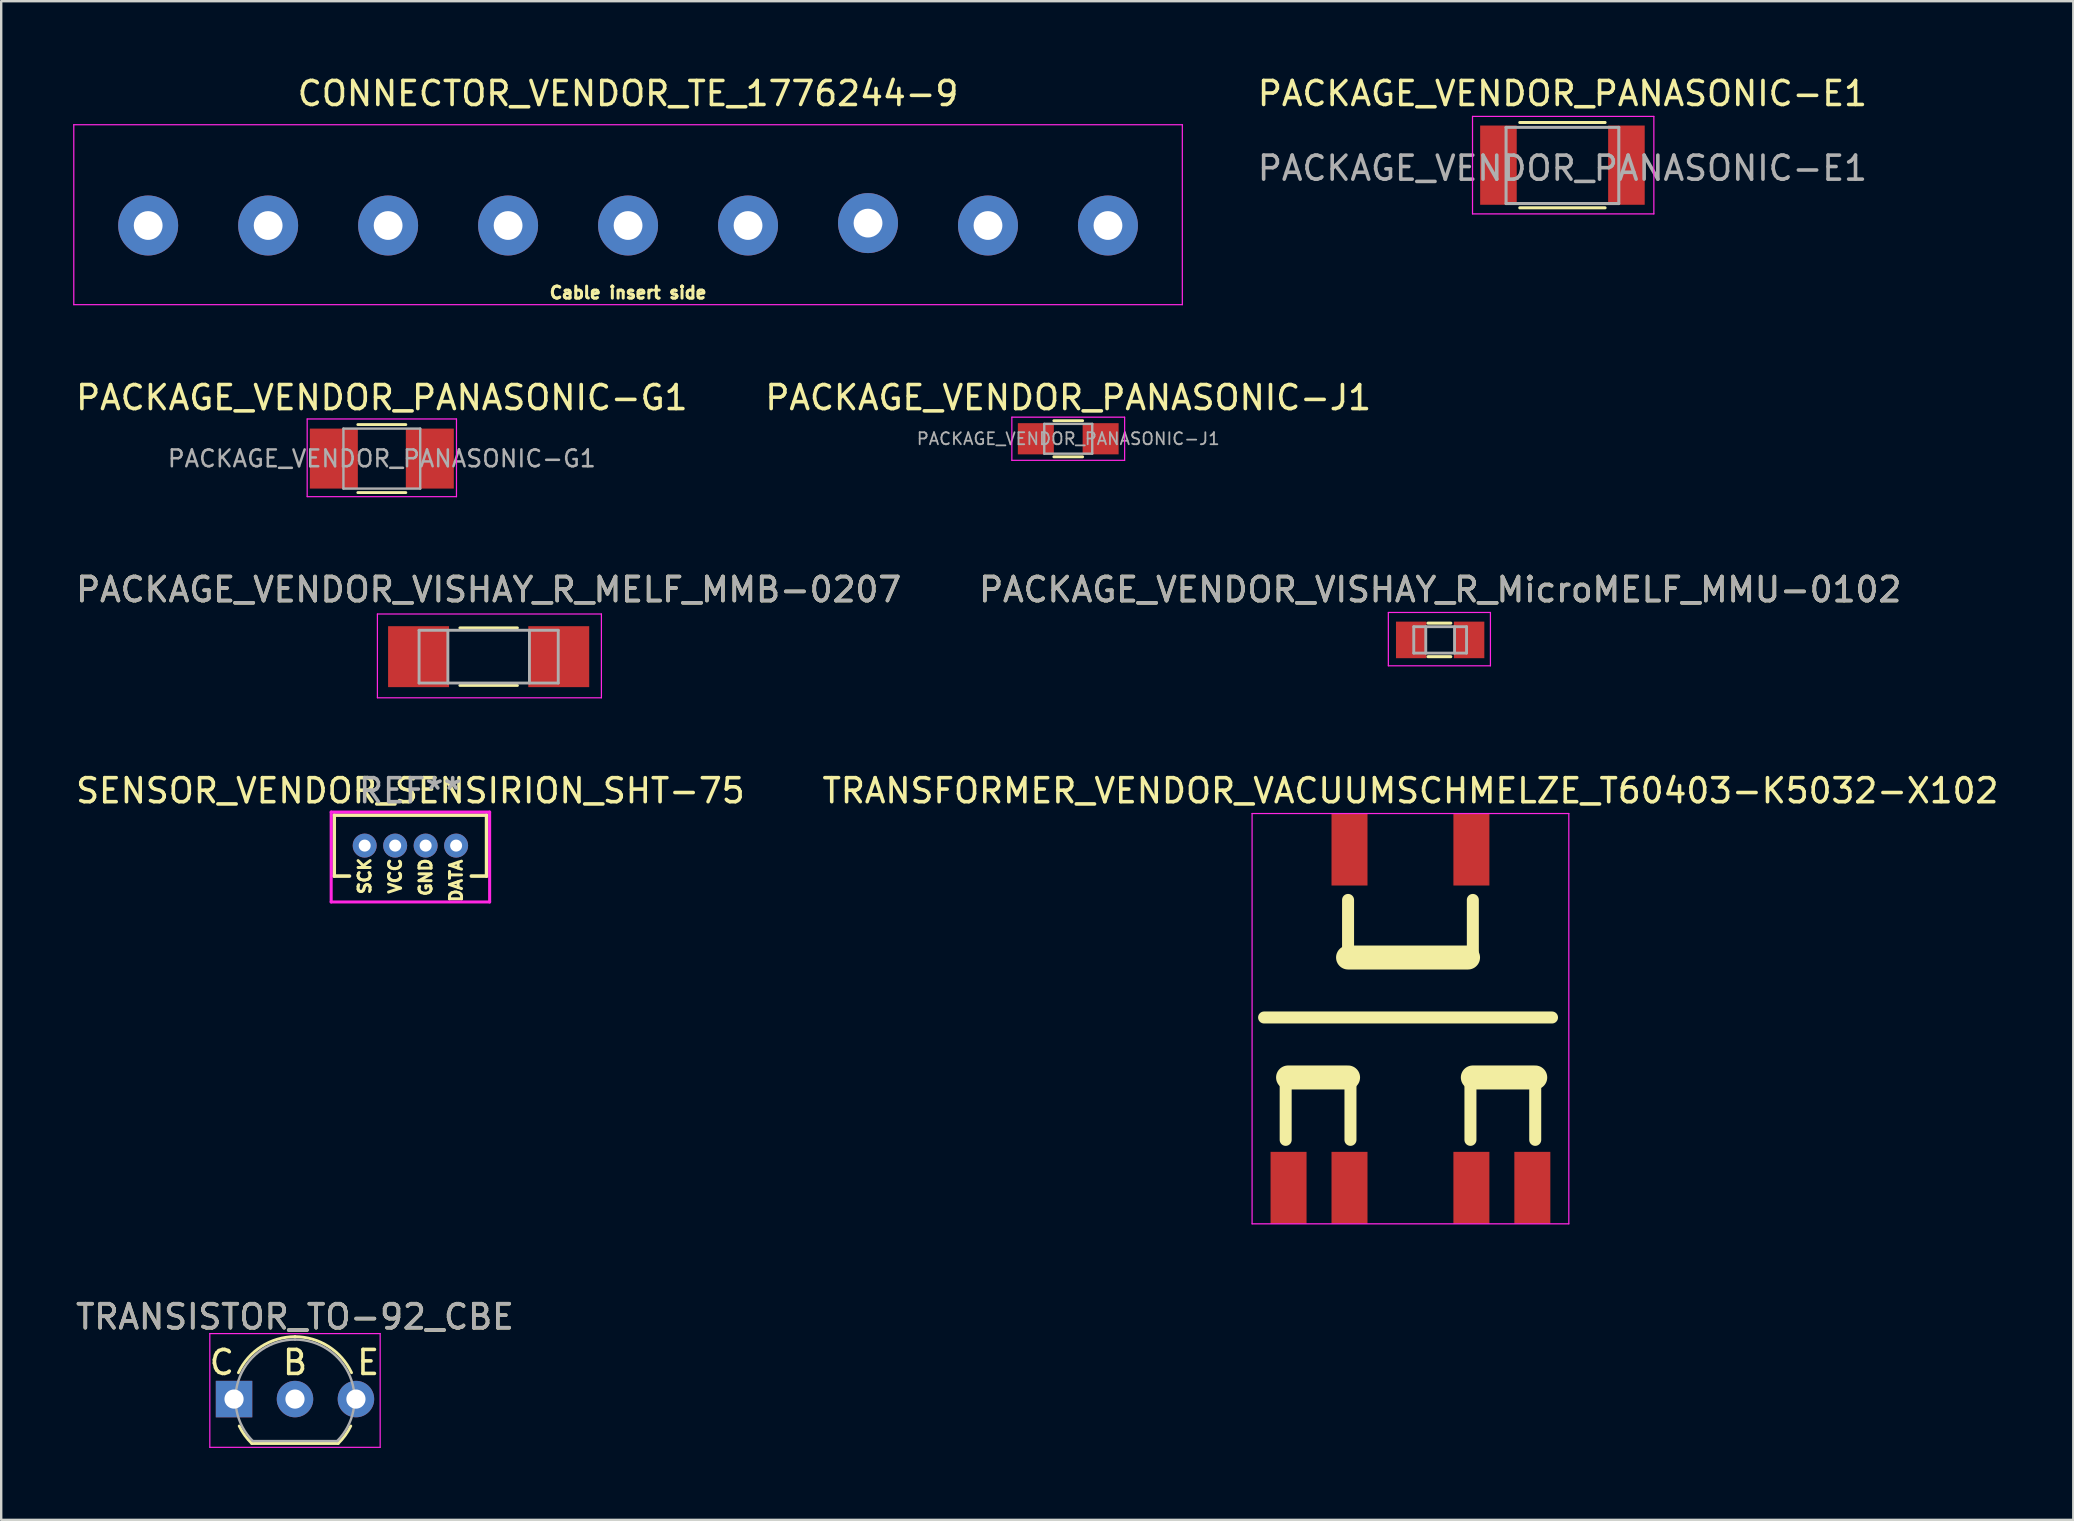
<source format=kicad_pcb>
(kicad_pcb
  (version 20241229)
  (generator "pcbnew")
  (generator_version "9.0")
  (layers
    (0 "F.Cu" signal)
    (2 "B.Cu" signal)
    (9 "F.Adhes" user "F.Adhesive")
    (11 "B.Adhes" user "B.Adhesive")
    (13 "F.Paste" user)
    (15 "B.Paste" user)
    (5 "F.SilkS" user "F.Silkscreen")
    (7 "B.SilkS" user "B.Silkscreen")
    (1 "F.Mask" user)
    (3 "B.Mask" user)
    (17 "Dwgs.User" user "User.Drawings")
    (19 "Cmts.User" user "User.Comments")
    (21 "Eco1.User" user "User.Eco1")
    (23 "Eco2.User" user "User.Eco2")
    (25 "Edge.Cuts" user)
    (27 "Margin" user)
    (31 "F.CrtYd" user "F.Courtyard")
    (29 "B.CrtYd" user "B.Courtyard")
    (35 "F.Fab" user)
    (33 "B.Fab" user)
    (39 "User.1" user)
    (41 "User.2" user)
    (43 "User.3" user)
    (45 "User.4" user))
  (footprint "SENSOR_VENDOR_SENSIRION_SHT-75"
    (layer "F.Cu")
    (at 14.054 32.191)
    (property "Reference" "SENSOR_VENDOR_SENSIRION_SHT-75" (at 0 -2.286 0) (layer "F.SilkS") (effects (font (size 1 1) (thickness 0.15))))
    (attr through_hole)
    (fp_line (start -3.175 -1.27) (end 3.175 -1.27) (stroke (width 0.15) (type solid)) (layer "F.SilkS"))
    (fp_line (start -3.175 1.27) (end -3.175 -1.27) (stroke (width 0.15) (type solid)) (layer "F.SilkS"))
    (fp_line (start -2.54 1.27) (end -3.175 1.27) (stroke (width 0.15) (type solid)) (layer "F.SilkS"))
    (fp_line (start 3.175 -1.27) (end 3.175 1.27) (stroke (width 0.15) (type solid)) (layer "F.SilkS"))
    (fp_line (start 3.175 1.27) (end 2.54 1.27) (stroke (width 0.15) (type solid)) (layer "F.SilkS"))
    (fp_line (start -3.302 -1.397) (end 3.302 -1.397) (stroke (width 0.127) (type solid)) (layer "F.CrtYd"))
    (fp_line (start -3.302 2.349) (end -3.302 -1.397) (stroke (width 0.127) (type solid)) (layer "F.CrtYd"))
    (fp_line (start 3.302 -1.397) (end 3.302 2.349) (stroke (width 0.127) (type solid)) (layer "F.CrtYd"))
    (fp_line (start 3.302 2.349) (end -3.302 2.349) (stroke (width 0.127) (type solid)) (layer "F.CrtYd"))
    (fp_text user "SCK" (at -1.905 1.27 90) (layer "F.SilkS") (effects (font (size 0.5 0.5) (thickness 0.125))))
    (fp_text user "GND" (at 0.635 1.32 90) (layer "F.SilkS") (effects (font (size 0.5 0.5) (thickness 0.125))))
    (fp_text user "DATA" (at 1.905 1.47 90) (layer "F.SilkS") (effects (font (size 0.5 0.5) (thickness 0.125))))
    (fp_text user "VCC" (at -0.635 1.27 90) (layer "F.SilkS") (effects (font (size 0.5 0.5) (thickness 0.125))))
    (fp_text user "REF**" (at 0 -2.286 0) (layer "F.Fab") (effects (font (size 1 1) (thickness 0.15))))
    (pad "1" thru_hole circle (at -1.905 0) (size 1 1) (drill 0.5) (layers "*.Cu" "*.Mask"))
    (pad "2" thru_hole circle (at -0.635 0) (size 1 1) (drill 0.5) (layers "*.Cu" "*.Mask"))
    (pad "3" thru_hole circle (at 0.635 0) (size 1 1) (drill 0.5) (layers "*.Cu" "*.Mask"))
    (pad "4" thru_hole circle (at 1.905 0) (size 1 1) (drill 0.5) (layers "*.Cu" "*.Mask")))
  (footprint "PACKAGE_VENDOR_VISHAY_R_MELF_MMB-0207"
    (layer "F.Cu")
    (at 17.315 24.317)
    (property "Reference" "PACKAGE_VENDOR_VISHAY_R_MELF_MMB-0207" (at 0 -2.794 0) (layer "F.SilkS") (effects (font (size 1 1) (thickness 0.15))))
    (attr smd)
    (fp_line (start 1.2 -1.2) (end -1.2 -1.2) (stroke (width 0.12) (type solid)) (layer "F.SilkS"))
    (fp_line (start 1.2 1.2) (end -1.2 1.2) (stroke (width 0.12) (type solid)) (layer "F.SilkS"))
    (fp_line (start -4.636 -1.778) (end 4.699 -1.778) (stroke (width 0.051) (type solid)) (layer "F.CrtYd"))
    (fp_line (start -4.636 1.714) (end -4.636 -1.778) (stroke (width 0.051) (type solid)) (layer "F.CrtYd"))
    (fp_line (start 4.699 -1.778) (end 4.699 1.714) (stroke (width 0.051) (type solid)) (layer "F.CrtYd"))
    (fp_line (start 4.699 1.714) (end -4.636 1.714) (stroke (width 0.051) (type solid)) (layer "F.CrtYd"))
    (fp_line (start -2.9 -1.1) (end -2.9 1.1) (stroke (width 0.12) (type solid)) (layer "F.Fab"))
    (fp_line (start -2.9 1.1) (end 2.9 1.1) (stroke (width 0.12) (type solid)) (layer "F.Fab"))
    (fp_line (start -1.7 -1.1) (end -1.7 1.1) (stroke (width 0.12) (type solid)) (layer "F.Fab"))
    (fp_line (start 1.7 -1.1) (end 1.7 1.1) (stroke (width 0.12) (type solid)) (layer "F.Fab"))
    (fp_line (start 2.9 -1.1) (end -2.9 -1.1) (stroke (width 0.12) (type solid)) (layer "F.Fab"))
    (fp_line (start 2.9 1.1) (end 2.9 -1.1) (stroke (width 0.12) (type solid)) (layer "F.Fab"))
    (fp_text user "${REFERENCE}" (at 0 -2.794 0) (layer "F.Fab") (effects (font (size 1 1) (thickness 0.15))))
    (pad "1" smd rect (at -2.921 0) (size 2.54 2.54) (layers "F.Cu" "F.Mask" "F.Paste"))
    (pad "2" smd rect (at 2.921 0) (size 2.54 2.54) (layers "F.Cu" "F.Mask" "F.Paste")))
  (footprint "CONNECTOR_VENDOR_TE_1776244-9"
    (layer "F.Cu")
    (at 23.125 6.348)
    (property "Reference" "CONNECTOR_VENDOR_TE_1776244-9" (at 0 -5.5 0) (layer "F.SilkS") (effects (font (size 1 1) (thickness 0.15))))
    (attr through_hole)
    (fp_line (start -23.1 -4.2) (end 23.1 -4.2) (stroke (width 0.051) (type solid)) (layer "F.CrtYd"))
    (fp_line (start -23.1 3.3) (end -23.1 -4.2) (stroke (width 0.051) (type solid)) (layer "F.CrtYd"))
    (fp_line (start -23.1 3.3) (end 23.1 3.3) (stroke (width 0.051) (type solid)) (layer "F.CrtYd"))
    (fp_line (start 23.1 -4.2) (end 23.1 3.3) (stroke (width 0.051) (type solid)) (layer "F.CrtYd"))
    (fp_text user "Cable insert side" (at 0 2.8 0) (layer "F.SilkS") (effects (font (size 0.5 0.5) (thickness 0.125))))
    (pad "1" thru_hole circle (at -20 0) (size 2.5 2.5) (drill 1.2) (layers "*.Cu" "*.Mask"))
    (pad "2" thru_hole circle (at -15 0) (size 2.5 2.5) (drill 1.2) (layers "*.Cu" "*.Mask"))
    (pad "3" thru_hole circle (at -10 0) (size 2.5 2.5) (drill 1.2) (layers "*.Cu" "*.Mask"))
    (pad "4" thru_hole circle (at -5 0) (size 2.5 2.5) (drill 1.2) (layers "*.Cu" "*.Mask"))
    (pad "5" thru_hole circle (at 0 0) (size 2.5 2.5) (drill 1.2) (layers "*.Cu" "*.Mask"))
    (pad "6" thru_hole circle (at 5 0) (size 2.5 2.5) (drill 1.2) (layers "*.Cu" "*.Mask"))
    (pad "7" thru_hole circle (at 10 -0.1) (size 2.5 2.5) (drill 1.2) (layers "*.Cu" "*.Mask"))
    (pad "8" thru_hole circle (at 15 0) (size 2.5 2.5) (drill 1.2) (layers "*.Cu" "*.Mask"))
    (pad "9" thru_hole circle (at 20 0) (size 2.5 2.5) (drill 1.2) (layers "*.Cu" "*.Mask")))
  (footprint "PACKAGE_VENDOR_PANASONIC-E1"
    (layer "F.Cu")
    (at 62.066 3.833)
    (property "Reference" "PACKAGE_VENDOR_PANASONIC-E1" (at 0 -2.985 0) (layer "F.SilkS") (effects (font (size 1 1) (thickness 0.15))))
    (attr smd)
    (fp_line (start -1.778 -1.778) (end 1.778 -1.778) (stroke (width 0.127) (type solid)) (layer "F.SilkS"))
    (fp_line (start -1.778 1.778) (end 1.778 1.778) (stroke (width 0.127) (type solid)) (layer "F.SilkS"))
    (fp_line (start -3.747 -2.032) (end 3.81 -2.032) (stroke (width 0.051) (type solid)) (layer "F.CrtYd"))
    (fp_line (start -3.747 2.032) (end -3.747 -2.032) (stroke (width 0.051) (type solid)) (layer "F.CrtYd"))
    (fp_line (start 3.81 -2.032) (end 3.81 2.032) (stroke (width 0.051) (type solid)) (layer "F.CrtYd"))
    (fp_line (start 3.81 2.032) (end -3.747 2.032) (stroke (width 0.051) (type solid)) (layer "F.CrtYd"))
    (fp_line (start -2.349 -1.575) (end 2.349 -1.575) (stroke (width 0.127) (type solid)) (layer "F.Fab"))
    (fp_line (start -2.349 1.6) (end -2.349 -1.575) (stroke (width 0.127) (type solid)) (layer "F.Fab"))
    (fp_line (start 2.349 -1.575) (end 2.349 1.6) (stroke (width 0.127) (type solid)) (layer "F.Fab"))
    (fp_line (start 2.349 1.6) (end -2.349 1.6) (stroke (width 0.127) (type solid)) (layer "F.Fab"))
    (fp_text user "${REFERENCE}" (at 0 0.127 0) (layer "F.Fab") (effects (font (size 1 1) (thickness 0.15))))
    (pad "1" smd rect (at -2.667 0) (size 1.524 3.302) (layers "F.Cu" "F.Mask" "F.Paste"))
    (pad "2" smd rect (at 2.667 0) (size 1.524 3.302) (layers "F.Cu" "F.Mask" "F.Paste")))
  (footprint "TRANSISTOR_TO-92_CBE"
    (layer "F.Cu")
    (at 6.704 55.258)
    (property "Reference" "TRANSISTOR_TO-92_CBE" (at 2.54 -3.429 180) (layer "F.SilkS") (effects (font (size 1 1) (thickness 0.15))))
    (attr through_hole)
    (fp_line (start 0.74 1.85) (end 4.34 1.85) (stroke (width 0.12) (type solid)) (layer "F.SilkS"))
    (fp_arc (start 0.1836 -1.098807) (mid 1.143021 -2.192817) (end 2.54 -2.6) (stroke (width 0.12) (type solid)) (layer "F.SilkS"))
    (fp_arc (start 0.74 1.85) (mid 0.446097 1.509328) (end 0.215816 1.122795) (stroke (width 0.12) (type solid)) (layer "F.SilkS"))
    (fp_arc (start 2.54 -2.6) (mid 3.936979 -2.192818) (end 4.8964 -1.098807) (stroke (width 0.12) (type solid)) (layer "F.SilkS"))
    (fp_arc (start 4.864184 1.122795) (mid 4.633903 1.509328) (end 4.34 1.85) (stroke (width 0.12) (type solid)) (layer "F.SilkS"))
    (fp_line (start -1.01 -2.73) (end -1.01 2.01) (stroke (width 0.05) (type solid)) (layer "F.CrtYd"))
    (fp_line (start -1.01 -2.73) (end 6.09 -2.73) (stroke (width 0.05) (type solid)) (layer "F.CrtYd"))
    (fp_line (start 6.09 2.01) (end -1.01 2.01) (stroke (width 0.05) (type solid)) (layer "F.CrtYd"))
    (fp_line (start 6.09 2.01) (end 6.09 -2.73) (stroke (width 0.05) (type solid)) (layer "F.CrtYd"))
    (fp_line (start 0.8 1.75) (end 4.3 1.75) (stroke (width 0.1) (type solid)) (layer "F.Fab"))
    (fp_arc (start 0.786375 1.753625) (mid 0.248779 -0.949055) (end 2.54 -2.48) (stroke (width 0.1) (type solid)) (layer "F.Fab"))
    (fp_arc (start 2.54 -2.48) (mid 4.831221 -0.949055) (end 4.293625 1.753625) (stroke (width 0.1) (type solid)) (layer "F.Fab"))
    (fp_text user "E" (at 5.588 -1.524 0) (layer "F.SilkS") (effects (font (size 1 1) (thickness 0.15))))
    (fp_text user "B" (at 2.54 -1.524 0) (layer "F.SilkS") (effects (font (size 1 1) (thickness 0.15))))
    (fp_text user "C" (at -0.508 -1.524 0) (layer "F.SilkS") (effects (font (size 1 1) (thickness 0.15))))
    (fp_text user "${REFERENCE}" (at 2.54 -3.429 180) (layer "F.Fab") (effects (font (size 1 1) (thickness 0.15))))
    (pad "1" thru_hole rect (at 0 0 90) (size 1.52 1.52) (drill 0.8) (layers "*.Cu" "*.Mask"))
    (pad "2" thru_hole circle (at 2.54 0 90) (size 1.52 1.52) (drill 0.8) (layers "*.Cu" "*.Mask"))
    (pad "3" thru_hole circle (at 5.08 0 90) (size 1.52 1.52) (drill 0.8) (layers "*.Cu" "*.Mask")))
  (footprint "PACKAGE_VENDOR_VISHAY_R_MicroMELF_MMU-0102"
    (layer "F.Cu")
    (at 56.97 23.619)
    (property "Reference" "PACKAGE_VENDOR_VISHAY_R_MicroMELF_MMU-0102" (at 0 -2.095 0) (layer "F.SilkS") (effects (font (size 1 1) (thickness 0.15))))
    (attr smd)
    (fp_line (start -0.508 -0.699) (end 0.445 -0.699) (stroke (width 0.127) (type solid)) (layer "F.SilkS"))
    (fp_line (start -0.508 0.699) (end 0.445 0.699) (stroke (width 0.127) (type solid)) (layer "F.SilkS"))
    (fp_line (start -2.159 -1.143) (end 2.095 -1.143) (stroke (width 0.051) (type solid)) (layer "F.CrtYd"))
    (fp_line (start -2.159 1.079) (end -2.159 -1.143) (stroke (width 0.051) (type solid)) (layer "F.CrtYd"))
    (fp_line (start 2.095 -1.143) (end 2.095 1.079) (stroke (width 0.051) (type solid)) (layer "F.CrtYd"))
    (fp_line (start 2.095 1.079) (end -2.159 1.079) (stroke (width 0.051) (type solid)) (layer "F.CrtYd"))
    (fp_line (start -1.1 -0.55) (end 1.1 -0.55) (stroke (width 0.12) (type solid)) (layer "F.Fab"))
    (fp_line (start -1.1 0.55) (end -1.1 -0.55) (stroke (width 0.12) (type solid)) (layer "F.Fab"))
    (fp_line (start -0.6 -0.55) (end -0.6 0.55) (stroke (width 0.12) (type solid)) (layer "F.Fab"))
    (fp_line (start 0.6 -0.55) (end 0.6 0.55) (stroke (width 0.12) (type solid)) (layer "F.Fab"))
    (fp_line (start 1.1 -0.55) (end 1.1 0.55) (stroke (width 0.12) (type solid)) (layer "F.Fab"))
    (fp_line (start 1.1 0.55) (end -1.1 0.55) (stroke (width 0.12) (type solid)) (layer "F.Fab"))
    (fp_text user "${REFERENCE}" (at 0 -2.095 0) (layer "F.Fab") (effects (font (size 1 1) (thickness 0.15))))
    (pad "2" smd rect (at -1.206 0) (size 1.27 1.524) (layers "F.Cu" "F.Mask" "F.Paste"))
    (pad "2" smd rect (at 1.206 0) (size 1.27 1.524) (layers "F.Cu" "F.Mask" "F.Paste")))
  (footprint "PACKAGE_VENDOR_PANASONIC-G1"
    (layer "F.Cu")
    (at 12.863 16.062)
    (property "Reference" "PACKAGE_VENDOR_PANASONIC-G1" (at 0 -2.54 0) (layer "F.SilkS") (effects (font (size 1 1) (thickness 0.15))))
    (attr smd)
    (fp_line (start -1 -1.417) (end 1 -1.417) (stroke (width 0.12) (type solid)) (layer "F.SilkS"))
    (fp_line (start 1 1.417) (end -1 1.417) (stroke (width 0.12) (type solid)) (layer "F.SilkS"))
    (fp_line (start -3.111 -1.651) (end 3.111 -1.651) (stroke (width 0.051) (type solid)) (layer "F.CrtYd"))
    (fp_line (start -3.111 1.587) (end -3.111 -1.651) (stroke (width 0.051) (type solid)) (layer "F.CrtYd"))
    (fp_line (start 3.111 -1.651) (end 3.111 1.587) (stroke (width 0.051) (type solid)) (layer "F.CrtYd"))
    (fp_line (start 3.111 1.587) (end -3.111 1.587) (stroke (width 0.051) (type solid)) (layer "F.CrtYd"))
    (fp_line (start -1.6 -1.25) (end 1.6 -1.25) (stroke (width 0.1) (type solid)) (layer "F.Fab"))
    (fp_line (start -1.6 1.25) (end -1.6 -1.25) (stroke (width 0.1) (type solid)) (layer "F.Fab"))
    (fp_line (start 1.6 -1.25) (end 1.6 1.25) (stroke (width 0.1) (type solid)) (layer "F.Fab"))
    (fp_line (start 1.6 1.25) (end -1.6 1.25) (stroke (width 0.1) (type solid)) (layer "F.Fab"))
    (fp_text user "${REFERENCE}" (at 0 0 0) (layer "F.Fab") (effects (font (size 0.7 0.7) (thickness 0.105))))
    (pad "1" smd rect (at -2 0) (size 2 2.5) (layers "F.Cu" "F.Mask" "F.Paste"))
    (pad "2" smd rect (at 2 0) (size 2 2.5) (layers "F.Cu" "F.Mask" "F.Paste")))
  (footprint "TRANSFORMER_VENDOR_VACUUMSCHMELZE_T60403-K5032-X102"
    (layer "F.Cu")
    (at 55.732 39.405)
    (property "Reference" "TRANSFORMER_VENDOR_VACUUMSCHMELZE_T60403-K5032-X102" (at 0 -9.5 0) (layer "F.SilkS") (effects (font (size 1 1) (thickness 0.15))))
    (attr through_hole)
    (fp_line (start -6.1 -0.05) (end 5.9 -0.05) (stroke (width 0.5) (type solid)) (layer "F.SilkS"))
    (fp_line (start -5.2 2.45) (end -5.2 5.05) (stroke (width 0.5) (type solid)) (layer "F.SilkS"))
    (fp_line (start -5.1 2.45) (end -2.6 2.45) (stroke (width 1) (type solid)) (layer "F.SilkS"))
    (fp_line (start -2.6 -2.55) (end -2.6 -4.95) (stroke (width 0.5) (type solid)) (layer "F.SilkS"))
    (fp_line (start -2.6 -2.55) (end 2.4 -2.55) (stroke (width 1) (type solid)) (layer "F.SilkS"))
    (fp_line (start -2.5 2.45) (end -2.5 5.05) (stroke (width 0.5) (type solid)) (layer "F.SilkS"))
    (fp_line (start 2.5 2.45) (end 2.5 5.05) (stroke (width 0.5) (type solid)) (layer "F.SilkS"))
    (fp_line (start 2.6 -2.55) (end 2.6 -4.95) (stroke (width 0.5) (type solid)) (layer "F.SilkS"))
    (fp_line (start 2.6 2.45) (end 5.2 2.45) (stroke (width 1) (type solid)) (layer "F.SilkS"))
    (fp_line (start 5.2 2.45) (end 5.2 5.05) (stroke (width 0.5) (type solid)) (layer "F.SilkS"))
    (fp_line (start -6.6 -8.55) (end 6.6 -8.55) (stroke (width 0.051) (type solid)) (layer "F.CrtYd"))
    (fp_line (start -6.6 8.55) (end -6.6 -8.55) (stroke (width 0.051) (type solid)) (layer "F.CrtYd"))
    (fp_line (start 6.6 -8.55) (end 6.6 8.55) (stroke (width 0.051) (type solid)) (layer "F.CrtYd"))
    (fp_line (start 6.6 8.55) (end -6.6 8.55) (stroke (width 0.051) (type solid)) (layer "F.CrtYd"))
    (pad "1" smd rect (at -5.08 7.05) (size 1.5 3) (layers "F.Cu" "F.Mask" "F.Paste"))
    (pad "2" smd rect (at -2.54 7.05) (size 1.5 3) (layers "F.Cu" "F.Mask" "F.Paste"))
    (pad "3" smd rect (at 2.54 7.05) (size 1.5 3) (layers "F.Cu" "F.Mask" "F.Paste"))
    (pad "4" smd rect (at 5.08 7.05) (size 1.5 3) (layers "F.Cu" "F.Mask" "F.Paste"))
    (pad "6" smd rect (at 2.54 -7.05) (size 1.5 3) (layers "F.Cu" "F.Mask" "F.Paste"))
    (pad "7" smd rect (at -2.54 -7.05) (size 1.5 3) (layers "F.Cu" "F.Mask" "F.Paste")))
  (footprint "PACKAGE_VENDOR_PANASONIC-J1"
    (layer "F.Cu")
    (at 41.47 15.236)
    (property "Reference" "PACKAGE_VENDOR_PANASONIC-J1" (at 0 -1.714 0) (layer "F.SilkS") (effects (font (size 1 1) (thickness 0.15))))
    (attr smd)
    (fp_line (start -0.6 -0.753) (end 0.6 -0.753) (stroke (width 0.12) (type solid)) (layer "F.SilkS"))
    (fp_line (start 0.6 0.753) (end -0.6 0.753) (stroke (width 0.12) (type solid)) (layer "F.SilkS"))
    (fp_line (start -2.35 -0.9) (end -2.35 0.9) (stroke (width 0.05) (type solid)) (layer "F.CrtYd"))
    (fp_line (start -2.35 -0.9) (end 2.35 -0.9) (stroke (width 0.05) (type solid)) (layer "F.CrtYd"))
    (fp_line (start 2.35 0.9) (end -2.35 0.9) (stroke (width 0.05) (type solid)) (layer "F.CrtYd"))
    (fp_line (start 2.35 0.9) (end 2.35 -0.9) (stroke (width 0.05) (type solid)) (layer "F.CrtYd"))
    (fp_line (start -1 -0.62) (end 1 -0.62) (stroke (width 0.1) (type solid)) (layer "F.Fab"))
    (fp_line (start -1 0.62) (end -1 -0.62) (stroke (width 0.1) (type solid)) (layer "F.Fab"))
    (fp_line (start 1 -0.62) (end 1 0.62) (stroke (width 0.1) (type solid)) (layer "F.Fab"))
    (fp_line (start 1 0.62) (end -1 0.62) (stroke (width 0.1) (type solid)) (layer "F.Fab"))
    (fp_text user "${REFERENCE}" (at 0 0 0) (layer "F.Fab") (effects (font (size 0.5 0.5) (thickness 0.075))))
    (pad "1" smd rect (at -1.35 0) (size 1.5 1.3) (layers "F.Cu" "F.Mask" "F.Paste"))
    (pad "2" smd rect (at 1.35 0) (size 1.5 1.3) (layers "F.Cu" "F.Mask" "F.Paste")))
  (gr_rect
    (start -3 -3)
    (end 83.357 60.293)
    (stroke (width 0.1) (type default))
    (fill no)
    (layer "Edge.Cuts")))
</source>
